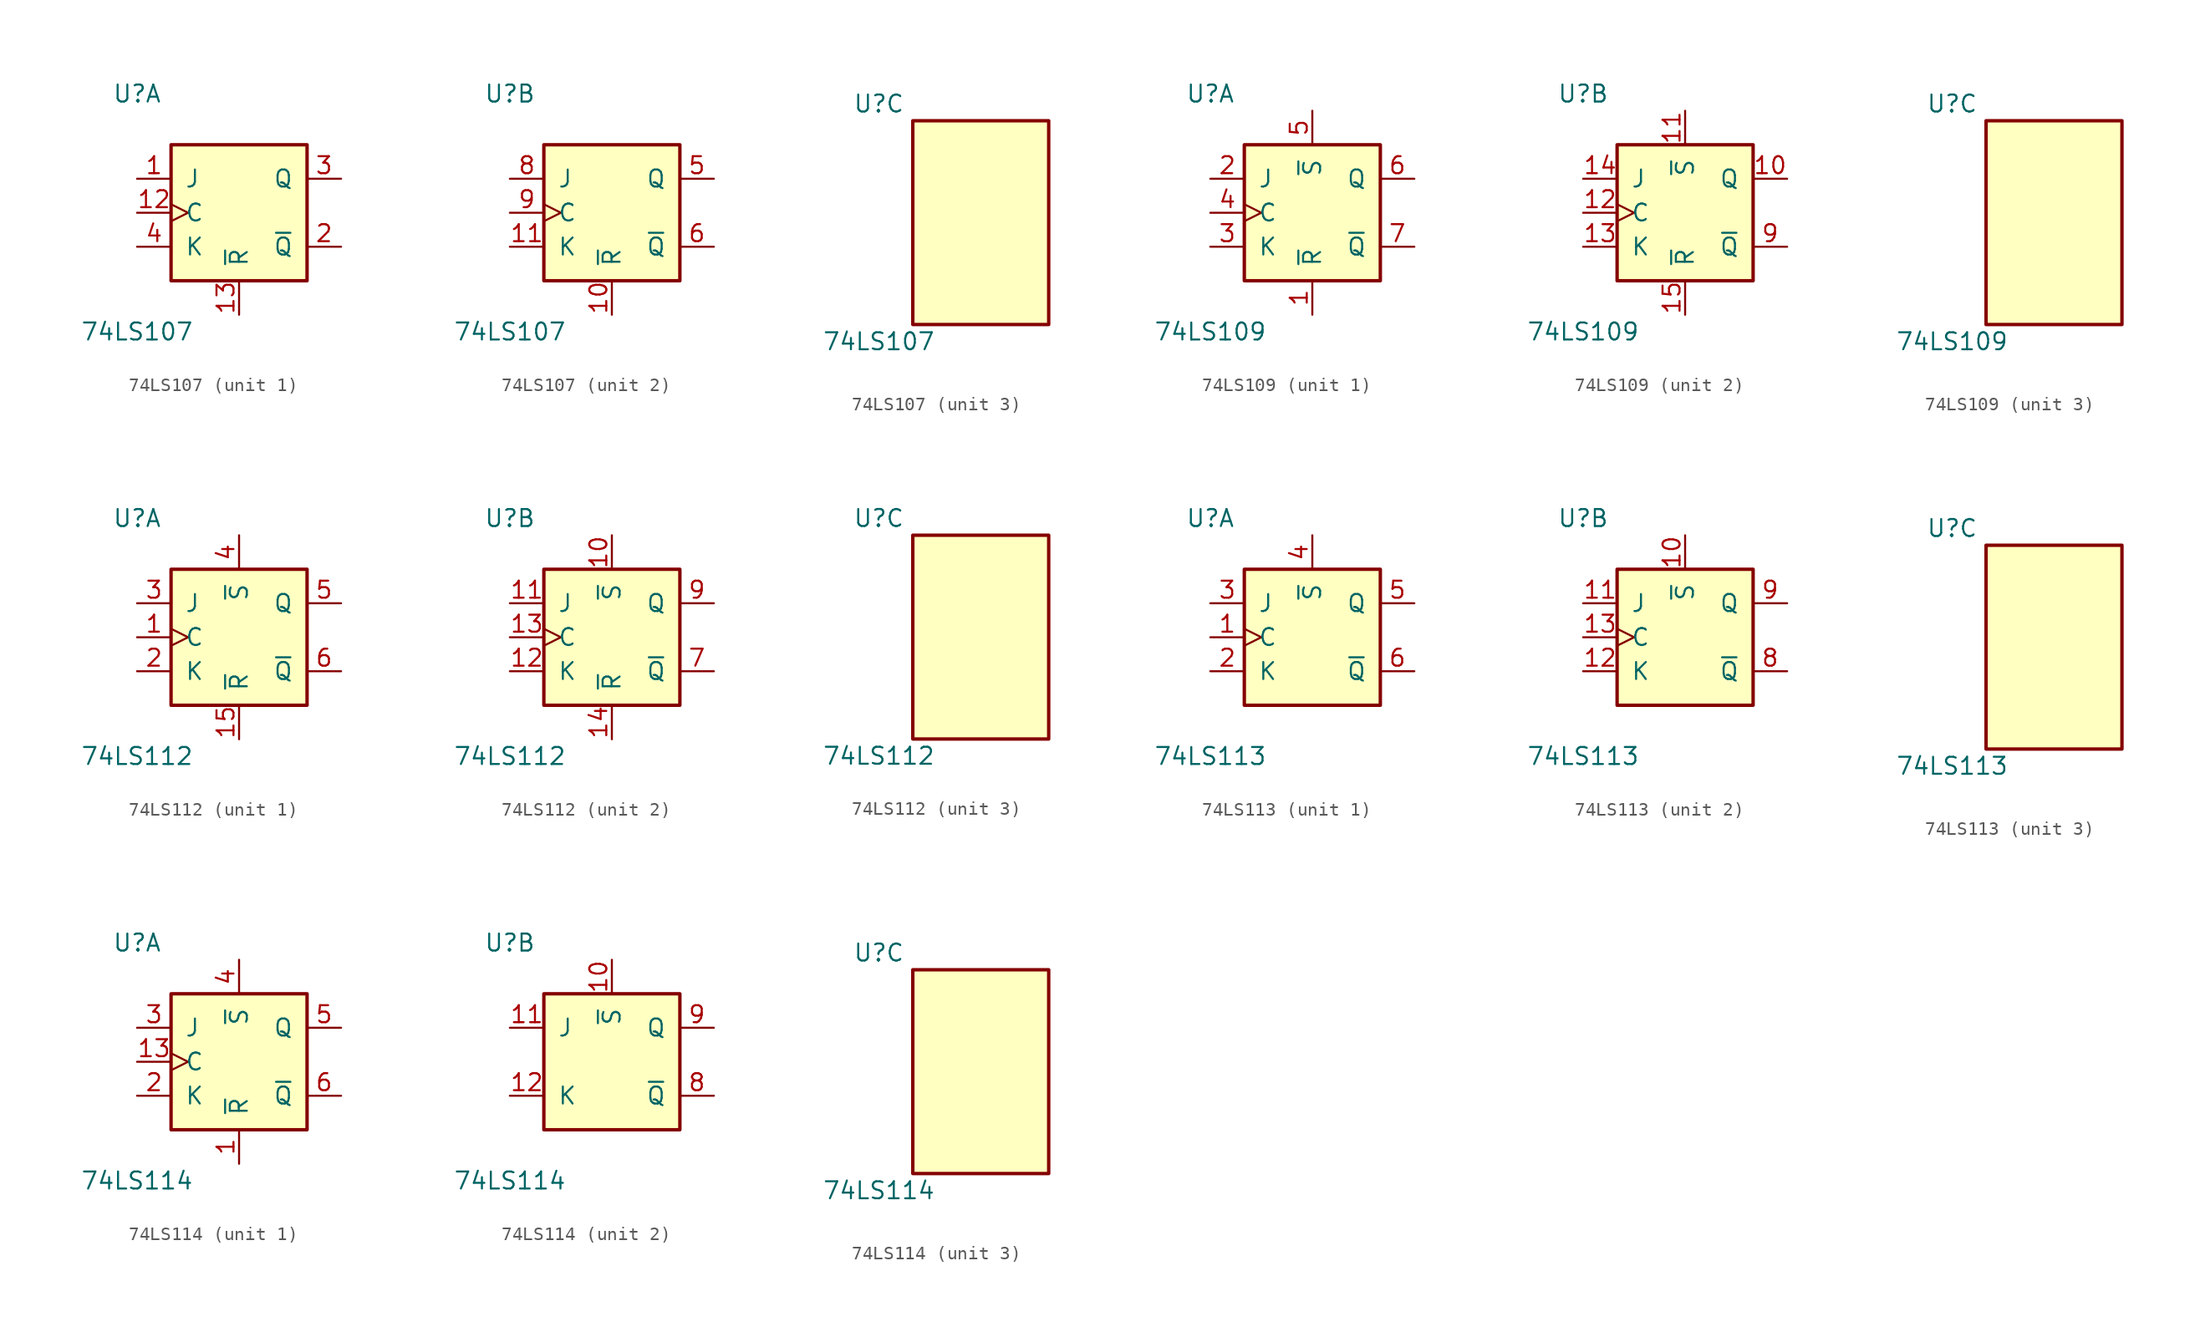
<source format=kicad_sym>
(kicad_symbol_lib
  (version 20211014)
  (generator kicad_symbol_editor)
  (symbol "74LS107"
    (pin_names
      (offset 1.016))
    (property "Reference" "U"
      (at -7.62 8.89 0)
      (effects (font (size 1.27 1.27))))
    (property "Value" "74LS107"
      (at -7.62 -8.89 0)
      (effects (font (size 1.27 1.27))))
    (property "ki_locked" ""
      (at 0 0 0)
      (effects (font (size 1.27 1.27))))
    (symbol "74LS107_1_0"
      (pin input line (at -7.62 2.54 0) (length 2.54) (name "J" (effects (font (size 1.27 1.27)))) (number "1" (effects (font (size 1.27 1.27)))))
      (pin input clock (at -7.62 0 0) (length 2.54) (name "C" (effects (font (size 1.27 1.27)))) (number "12" (effects (font (size 1.27 1.27)))))
      (pin input line (at 0 -7.62 90) (length 2.54) (name "~{R}" (effects (font (size 1.27 1.27)))) (number "13" (effects (font (size 1.27 1.27)))))
      (pin output line (at 7.62 -2.54 180) (length 2.54) (name "~{Q}" (effects (font (size 1.27 1.27)))) (number "2" (effects (font (size 1.27 1.27)))))
      (pin output line (at 7.62 2.54 180) (length 2.54) (name "Q" (effects (font (size 1.27 1.27)))) (number "3" (effects (font (size 1.27 1.27)))))
      (pin input line (at -7.62 -2.54 0) (length 2.54) (name "K" (effects (font (size 1.27 1.27)))) (number "4" (effects (font (size 1.27 1.27))))))
    (symbol "74LS107_1_1"
      (rectangle (start -5.08 5.08) (end 5.08 -5.08) (stroke (width 0.254) (type default) (color 0 0 0 0)) (fill (type background))))
    (symbol "74LS107_2_0"
      (pin input line (at 0 -7.62 90) (length 2.54) (name "~{R}" (effects (font (size 1.27 1.27)))) (number "10" (effects (font (size 1.27 1.27)))))
      (pin input line (at -7.62 -2.54 0) (length 2.54) (name "K" (effects (font (size 1.27 1.27)))) (number "11" (effects (font (size 1.27 1.27)))))
      (pin output line (at 7.62 2.54 180) (length 2.54) (name "Q" (effects (font (size 1.27 1.27)))) (number "5" (effects (font (size 1.27 1.27)))))
      (pin output line (at 7.62 -2.54 180) (length 2.54) (name "~{Q}" (effects (font (size 1.27 1.27)))) (number "6" (effects (font (size 1.27 1.27)))))
      (pin input line (at -7.62 2.54 0) (length 2.54) (name "J" (effects (font (size 1.27 1.27)))) (number "8" (effects (font (size 1.27 1.27)))))
      (pin input clock (at -7.62 0 0) (length 2.54) (name "C" (effects (font (size 1.27 1.27)))) (number "9" (effects (font (size 1.27 1.27))))))
    (symbol "74LS107_2_1"
      (rectangle (start -5.08 5.08) (end 5.08 -5.08) (stroke (width 0.254) (type default) (color 0 0 0 0)) (fill (type background))))
    (symbol "74LS107_3_0"
      (pin input line (at 0 10.16 270) (length 2.54) hide (name "VCC" (effects (font (size 1.27 1.27)))) (number "14" (effects (font (size 1.27 1.27)))))
      (pin input line (at 0 -10.16 90) (length 2.54) hide (name "GND" (effects (font (size 1.27 1.27)))) (number "7" (effects (font (size 1.27 1.27))))))
    (symbol "74LS107_3_1"
      (rectangle (start -5.08 7.62) (end 5.08 -7.62) (stroke (width 0.254) (type default) (color 0 0 0 0)) (fill (type background)))))
  (symbol "74LS109"
    (pin_names
      (offset 1.016))
    (property "Reference" "U"
      (at -7.62 8.89 0)
      (effects (font (size 1.27 1.27))))
    (property "Value" "74LS109"
      (at -7.62 -8.89 0)
      (effects (font (size 1.27 1.27))))
    (property "ki_locked" ""
      (at 0 0 0)
      (effects (font (size 1.27 1.27))))
    (symbol "74LS109_1_0"
      (pin input line (at 0 -7.62 90) (length 2.54) (name "~{R}" (effects (font (size 1.27 1.27)))) (number "1" (effects (font (size 1.27 1.27)))))
      (pin input line (at -7.62 2.54 0) (length 2.54) (name "J" (effects (font (size 1.27 1.27)))) (number "2" (effects (font (size 1.27 1.27)))))
      (pin input line (at -7.62 -2.54 0) (length 2.54) (name "K" (effects (font (size 1.27 1.27)))) (number "3" (effects (font (size 1.27 1.27)))))
      (pin input clock (at -7.62 0 0) (length 2.54) (name "C" (effects (font (size 1.27 1.27)))) (number "4" (effects (font (size 1.27 1.27)))))
      (pin input line (at 0 7.62 270) (length 2.54) (name "~{S}" (effects (font (size 1.27 1.27)))) (number "5" (effects (font (size 1.27 1.27)))))
      (pin output line (at 7.62 2.54 180) (length 2.54) (name "Q" (effects (font (size 1.27 1.27)))) (number "6" (effects (font (size 1.27 1.27)))))
      (pin output line (at 7.62 -2.54 180) (length 2.54) (name "~{Q}" (effects (font (size 1.27 1.27)))) (number "7" (effects (font (size 1.27 1.27))))))
    (symbol "74LS109_1_1"
      (rectangle (start -5.08 5.08) (end 5.08 -5.08) (stroke (width 0.254) (type default) (color 0 0 0 0)) (fill (type background))))
    (symbol "74LS109_2_0"
      (pin output line (at 7.62 2.54 180) (length 2.54) (name "Q" (effects (font (size 1.27 1.27)))) (number "10" (effects (font (size 1.27 1.27)))))
      (pin input line (at 0 7.62 270) (length 2.54) (name "~{S}" (effects (font (size 1.27 1.27)))) (number "11" (effects (font (size 1.27 1.27)))))
      (pin input clock (at -7.62 0 0) (length 2.54) (name "C" (effects (font (size 1.27 1.27)))) (number "12" (effects (font (size 1.27 1.27)))))
      (pin input line (at -7.62 -2.54 0) (length 2.54) (name "K" (effects (font (size 1.27 1.27)))) (number "13" (effects (font (size 1.27 1.27)))))
      (pin input line (at -7.62 2.54 0) (length 2.54) (name "J" (effects (font (size 1.27 1.27)))) (number "14" (effects (font (size 1.27 1.27)))))
      (pin input line (at 0 -7.62 90) (length 2.54) (name "~{R}" (effects (font (size 1.27 1.27)))) (number "15" (effects (font (size 1.27 1.27)))))
      (pin output line (at 7.62 -2.54 180) (length 2.54) (name "~{Q}" (effects (font (size 1.27 1.27)))) (number "9" (effects (font (size 1.27 1.27))))))
    (symbol "74LS109_2_1"
      (rectangle (start -5.08 5.08) (end 5.08 -5.08) (stroke (width 0.254) (type default) (color 0 0 0 0)) (fill (type background))))
    (symbol "74LS109_3_0"
      (pin input line (at 0 10.16 270) (length 2.54) hide (name "VCC" (effects (font (size 1.27 1.27)))) (number "16" (effects (font (size 1.27 1.27)))))
      (pin input line (at 0 -10.16 90) (length 2.54) hide (name "GND" (effects (font (size 1.27 1.27)))) (number "8" (effects (font (size 1.27 1.27))))))
    (symbol "74LS109_3_1"
      (rectangle (start -5.08 7.62) (end 5.08 -7.62) (stroke (width 0.254) (type default) (color 0 0 0 0)) (fill (type background)))))
  (symbol "74LS112"
    (pin_names
      (offset 1.016))
    (property "Reference" "U"
      (at -7.62 8.89 0)
      (effects (font (size 1.27 1.27))))
    (property "Value" "74LS112"
      (at -7.62 -8.89 0)
      (effects (font (size 1.27 1.27))))
    (property "ki_locked" ""
      (at 0 0 0)
      (effects (font (size 1.27 1.27))))
    (symbol "74LS112_1_0"
      (pin input clock (at -7.62 0 0) (length 2.54) (name "C" (effects (font (size 1.27 1.27)))) (number "1" (effects (font (size 1.27 1.27)))))
      (pin input line (at 0 -7.62 90) (length 2.54) (name "~{R}" (effects (font (size 1.27 1.27)))) (number "15" (effects (font (size 1.27 1.27)))))
      (pin input line (at -7.62 -2.54 0) (length 2.54) (name "K" (effects (font (size 1.27 1.27)))) (number "2" (effects (font (size 1.27 1.27)))))
      (pin input line (at -7.62 2.54 0) (length 2.54) (name "J" (effects (font (size 1.27 1.27)))) (number "3" (effects (font (size 1.27 1.27)))))
      (pin input line (at 0 7.62 270) (length 2.54) (name "~{S}" (effects (font (size 1.27 1.27)))) (number "4" (effects (font (size 1.27 1.27)))))
      (pin output line (at 7.62 2.54 180) (length 2.54) (name "Q" (effects (font (size 1.27 1.27)))) (number "5" (effects (font (size 1.27 1.27)))))
      (pin output line (at 7.62 -2.54 180) (length 2.54) (name "~{Q}" (effects (font (size 1.27 1.27)))) (number "6" (effects (font (size 1.27 1.27))))))
    (symbol "74LS112_1_1"
      (rectangle (start -5.08 5.08) (end 5.08 -5.08) (stroke (width 0.254) (type default) (color 0 0 0 0)) (fill (type background))))
    (symbol "74LS112_2_0"
      (pin input line (at 0 7.62 270) (length 2.54) (name "~{S}" (effects (font (size 1.27 1.27)))) (number "10" (effects (font (size 1.27 1.27)))))
      (pin input line (at -7.62 2.54 0) (length 2.54) (name "J" (effects (font (size 1.27 1.27)))) (number "11" (effects (font (size 1.27 1.27)))))
      (pin input line (at -7.62 -2.54 0) (length 2.54) (name "K" (effects (font (size 1.27 1.27)))) (number "12" (effects (font (size 1.27 1.27)))))
      (pin input clock (at -7.62 0 0) (length 2.54) (name "C" (effects (font (size 1.27 1.27)))) (number "13" (effects (font (size 1.27 1.27)))))
      (pin input line (at 0 -7.62 90) (length 2.54) (name "~{R}" (effects (font (size 1.27 1.27)))) (number "14" (effects (font (size 1.27 1.27)))))
      (pin output line (at 7.62 -2.54 180) (length 2.54) (name "~{Q}" (effects (font (size 1.27 1.27)))) (number "7" (effects (font (size 1.27 1.27)))))
      (pin output line (at 7.62 2.54 180) (length 2.54) (name "Q" (effects (font (size 1.27 1.27)))) (number "9" (effects (font (size 1.27 1.27))))))
    (symbol "74LS112_2_1"
      (rectangle (start -5.08 5.08) (end 5.08 -5.08) (stroke (width 0.254) (type default) (color 0 0 0 0)) (fill (type background))))
    (symbol "74LS112_3_0"
      (pin power_in line (at 0 7.62 270) (length 2.54) hide (name "VCC" (effects (font (size 1.27 1.27)))) (number "16" (effects (font (size 1.27 1.27)))))
      (pin power_in line (at 0 -7.62 90) (length 2.54) hide (name "VSS" (effects (font (size 1.27 1.27)))) (number "8" (effects (font (size 1.27 1.27))))))
    (symbol "74LS112_3_1"
      (rectangle (start -5.08 7.62) (end 5.08 -7.62) (stroke (width 0.254) (type default) (color 0 0 0 0)) (fill (type background)))))
  (symbol "74LS113"
    (pin_names
      (offset 1.016))
    (property "Reference" "U"
      (at -7.62 8.89 0)
      (effects (font (size 1.27 1.27))))
    (property "Value" "74LS113"
      (at -7.62 -8.89 0)
      (effects (font (size 1.27 1.27))))
    (property "ki_locked" ""
      (at 0 0 0)
      (effects (font (size 1.27 1.27))))
    (symbol "74LS113_1_0"
      (pin input clock (at -7.62 0 0) (length 2.54) (name "C" (effects (font (size 1.27 1.27)))) (number "1" (effects (font (size 1.27 1.27)))))
      (pin input line (at -7.62 -2.54 0) (length 2.54) (name "K" (effects (font (size 1.27 1.27)))) (number "2" (effects (font (size 1.27 1.27)))))
      (pin input line (at -7.62 2.54 0) (length 2.54) (name "J" (effects (font (size 1.27 1.27)))) (number "3" (effects (font (size 1.27 1.27)))))
      (pin input line (at 0 7.62 270) (length 2.54) (name "~{S}" (effects (font (size 1.27 1.27)))) (number "4" (effects (font (size 1.27 1.27)))))
      (pin output line (at 7.62 2.54 180) (length 2.54) (name "Q" (effects (font (size 1.27 1.27)))) (number "5" (effects (font (size 1.27 1.27)))))
      (pin output line (at 7.62 -2.54 180) (length 2.54) (name "~{Q}" (effects (font (size 1.27 1.27)))) (number "6" (effects (font (size 1.27 1.27))))))
    (symbol "74LS113_1_1"
      (rectangle (start -5.08 5.08) (end 5.08 -5.08) (stroke (width 0.254) (type default) (color 0 0 0 0)) (fill (type background))))
    (symbol "74LS113_2_0"
      (pin input line (at 0 7.62 270) (length 2.54) (name "~{S}" (effects (font (size 1.27 1.27)))) (number "10" (effects (font (size 1.27 1.27)))))
      (pin input line (at -7.62 2.54 0) (length 2.54) (name "J" (effects (font (size 1.27 1.27)))) (number "11" (effects (font (size 1.27 1.27)))))
      (pin input line (at -7.62 -2.54 0) (length 2.54) (name "K" (effects (font (size 1.27 1.27)))) (number "12" (effects (font (size 1.27 1.27)))))
      (pin input clock (at -7.62 0 0) (length 2.54) (name "C" (effects (font (size 1.27 1.27)))) (number "13" (effects (font (size 1.27 1.27)))))
      (pin output line (at 7.62 -2.54 180) (length 2.54) (name "~{Q}" (effects (font (size 1.27 1.27)))) (number "8" (effects (font (size 1.27 1.27)))))
      (pin output line (at 7.62 2.54 180) (length 2.54) (name "Q" (effects (font (size 1.27 1.27)))) (number "9" (effects (font (size 1.27 1.27))))))
    (symbol "74LS113_2_1"
      (rectangle (start -5.08 5.08) (end 5.08 -5.08) (stroke (width 0.254) (type default) (color 0 0 0 0)) (fill (type background))))
    (symbol "74LS113_3_0"
      (pin input line (at 0 10.16 270) (length 2.54) hide (name "VCC" (effects (font (size 1.27 1.27)))) (number "14" (effects (font (size 1.27 1.27)))))
      (pin input line (at 0 -10.16 90) (length 2.54) hide (name "GND" (effects (font (size 1.27 1.27)))) (number "7" (effects (font (size 1.27 1.27))))))
    (symbol "74LS113_3_1"
      (rectangle (start -5.08 7.62) (end 5.08 -7.62) (stroke (width 0.254) (type default) (color 0 0 0 0)) (fill (type background)))))
  (symbol "74LS114"
    (pin_names
      (offset 1.016))
    (property "Reference" "U"
      (at -7.62 8.89 0)
      (effects (font (size 1.27 1.27))))
    (property "Value" "74LS114"
      (at -7.62 -8.89 0)
      (effects (font (size 1.27 1.27))))
    (property "ki_locked" ""
      (at 0 0 0)
      (effects (font (size 1.27 1.27))))
    (symbol "74LS114_1_0"
      (pin input line (at 0 -7.62 90) (length 2.54) (name "~{R}" (effects (font (size 1.27 1.27)))) (number "1" (effects (font (size 1.27 1.27)))))
      (pin input clock (at -7.62 0 0) (length 2.54) (name "C" (effects (font (size 1.27 1.27)))) (number "13" (effects (font (size 1.27 1.27)))))
      (pin input line (at -7.62 -2.54 0) (length 2.54) (name "K" (effects (font (size 1.27 1.27)))) (number "2" (effects (font (size 1.27 1.27)))))
      (pin input line (at -7.62 2.54 0) (length 2.54) (name "J" (effects (font (size 1.27 1.27)))) (number "3" (effects (font (size 1.27 1.27)))))
      (pin input line (at 0 7.62 270) (length 2.54) (name "~{S}" (effects (font (size 1.27 1.27)))) (number "4" (effects (font (size 1.27 1.27)))))
      (pin output line (at 7.62 2.54 180) (length 2.54) (name "Q" (effects (font (size 1.27 1.27)))) (number "5" (effects (font (size 1.27 1.27)))))
      (pin output line (at 7.62 -2.54 180) (length 2.54) (name "~{Q}" (effects (font (size 1.27 1.27)))) (number "6" (effects (font (size 1.27 1.27))))))
    (symbol "74LS114_1_1"
      (rectangle (start -5.08 5.08) (end 5.08 -5.08) (stroke (width 0.254) (type default) (color 0 0 0 0)) (fill (type background))))
    (symbol "74LS114_2_0"
      (pin input line (at 0 7.62 270) (length 2.54) (name "~{S}" (effects (font (size 1.27 1.27)))) (number "10" (effects (font (size 1.27 1.27)))))
      (pin input line (at -7.62 2.54 0) (length 2.54) (name "J" (effects (font (size 1.27 1.27)))) (number "11" (effects (font (size 1.27 1.27)))))
      (pin input line (at -7.62 -2.54 0) (length 2.54) (name "K" (effects (font (size 1.27 1.27)))) (number "12" (effects (font (size 1.27 1.27)))))
      (pin output line (at 7.62 -2.54 180) (length 2.54) (name "~{Q}" (effects (font (size 1.27 1.27)))) (number "8" (effects (font (size 1.27 1.27)))))
      (pin output line (at 7.62 2.54 180) (length 2.54) (name "Q" (effects (font (size 1.27 1.27)))) (number "9" (effects (font (size 1.27 1.27))))))
    (symbol "74LS114_2_1"
      (rectangle (start -5.08 5.08) (end 5.08 -5.08) (stroke (width 0.254) (type default) (color 0 0 0 0)) (fill (type background))))
    (symbol "74LS114_3_0"
      (pin input line (at 0 10.16 270) (length 2.54) hide (name "VCC" (effects (font (size 1.27 1.27)))) (number "14" (effects (font (size 1.27 1.27)))))
      (pin input line (at 0 -10.16 90) (length 2.54) hide (name "GND" (effects (font (size 1.27 1.27)))) (number "7" (effects (font (size 1.27 1.27))))))
    (symbol "74LS114_3_1"
      (rectangle (start -5.08 7.62) (end 5.08 -7.62) (stroke (width 0.254) (type default) (color 0 0 0 0)) (fill (type background))))))
</source>
